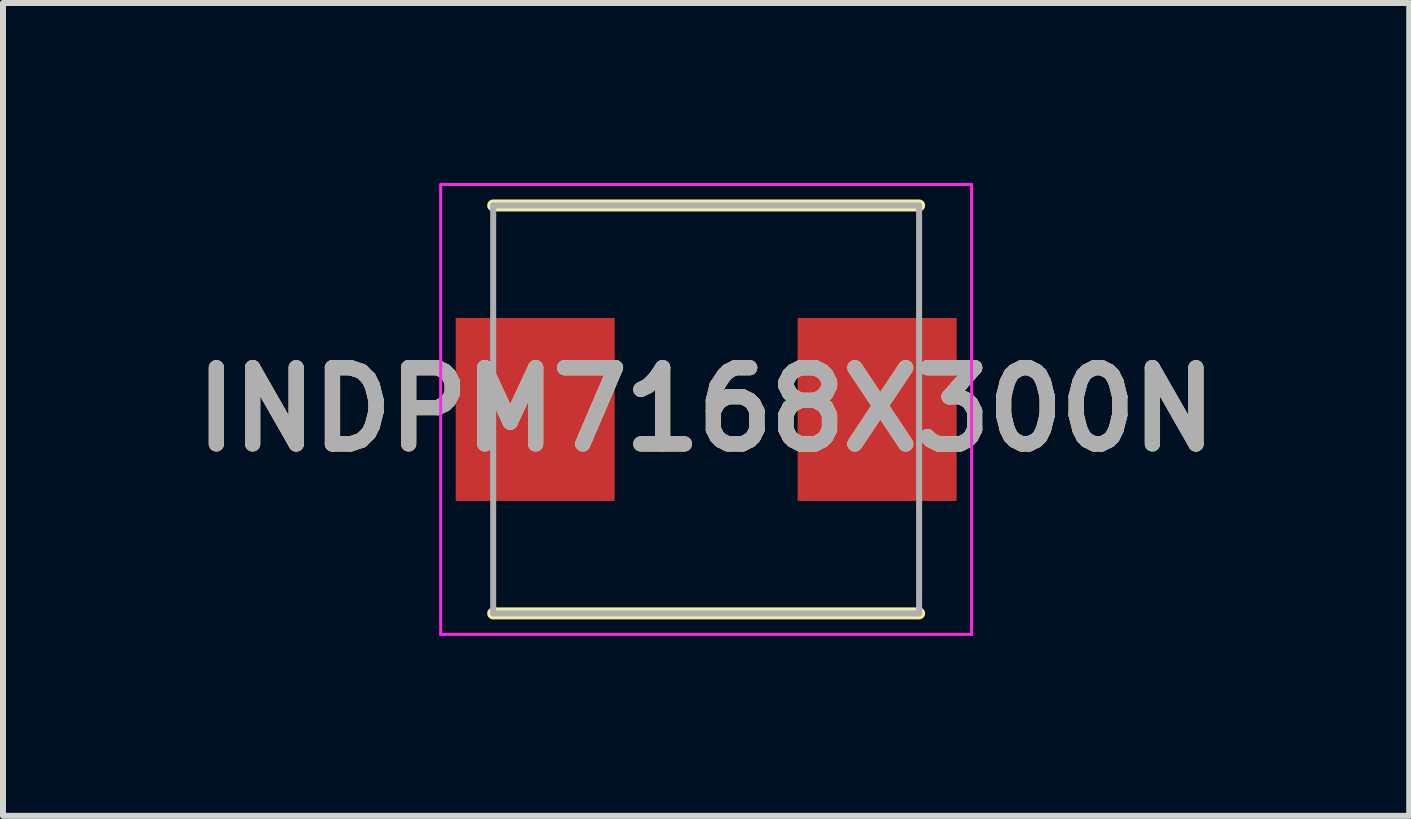
<source format=kicad_pcb>
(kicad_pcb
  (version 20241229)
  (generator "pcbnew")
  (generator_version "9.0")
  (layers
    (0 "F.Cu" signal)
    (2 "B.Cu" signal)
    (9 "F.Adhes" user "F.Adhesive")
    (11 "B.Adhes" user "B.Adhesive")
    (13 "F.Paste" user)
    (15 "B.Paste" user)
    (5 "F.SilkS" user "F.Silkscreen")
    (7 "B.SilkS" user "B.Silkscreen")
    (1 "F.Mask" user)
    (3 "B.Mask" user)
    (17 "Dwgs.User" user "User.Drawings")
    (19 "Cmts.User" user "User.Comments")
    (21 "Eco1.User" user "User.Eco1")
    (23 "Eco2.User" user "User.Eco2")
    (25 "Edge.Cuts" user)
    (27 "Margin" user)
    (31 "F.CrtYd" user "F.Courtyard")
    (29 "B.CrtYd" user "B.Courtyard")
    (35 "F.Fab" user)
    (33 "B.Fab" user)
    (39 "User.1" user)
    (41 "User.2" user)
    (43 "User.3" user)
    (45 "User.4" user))
  (footprint "INDPM7168X300N"
    (layer "F.Cu")
    (at 8.721 3.775)
    (property "Reference" "INDPM7168X300N" (at 0 0 0) (layer "F.SilkS") (effects (font (size 1.27 1.27) (thickness 0.254))))
    (attr smd)
    (fp_line (start -3.55 3.4) (end 3.55 3.4) (stroke (width 0.2) (type solid)) (layer "F.SilkS"))
    (fp_line (start 3.55 -3.4) (end -3.55 -3.4) (stroke (width 0.2) (type solid)) (layer "F.SilkS"))
    (fp_line (start -4.425 -3.75) (end 4.425 -3.75) (stroke (width 0.05) (type solid)) (layer "F.CrtYd"))
    (fp_line (start -4.425 3.75) (end -4.425 -3.75) (stroke (width 0.05) (type solid)) (layer "F.CrtYd"))
    (fp_line (start 4.425 -3.75) (end 4.425 3.75) (stroke (width 0.05) (type solid)) (layer "F.CrtYd"))
    (fp_line (start 4.425 3.75) (end -4.425 3.75) (stroke (width 0.05) (type solid)) (layer "F.CrtYd"))
    (fp_line (start -3.55 -3.4) (end 3.55 -3.4) (stroke (width 0.1) (type solid)) (layer "F.Fab"))
    (fp_line (start -3.55 3.4) (end -3.55 -3.4) (stroke (width 0.1) (type solid)) (layer "F.Fab"))
    (fp_line (start 3.55 -3.4) (end 3.55 3.4) (stroke (width 0.1) (type solid)) (layer "F.Fab"))
    (fp_line (start 3.55 3.4) (end -3.55 3.4) (stroke (width 0.1) (type solid)) (layer "F.Fab"))
    (fp_text user "${REFERENCE}" (at 0 0 0) (layer "F.Fab") (effects (font (size 1.27 1.27) (thickness 0.254))))
    (pad "1" smd rect (at -2.85 0) (size 2.65 3.05) (layers "F.Cu" "F.Mask" "F.Paste"))
    (pad "2" smd rect (at 2.85 0) (size 2.65 3.05) (layers "F.Cu" "F.Mask" "F.Paste")))
  (gr_rect
    (start -3 -3)
    (end 20.441 10.55)
    (stroke (width 0.1) (type default))
    (fill no)
    (layer "Edge.Cuts")))
</source>
